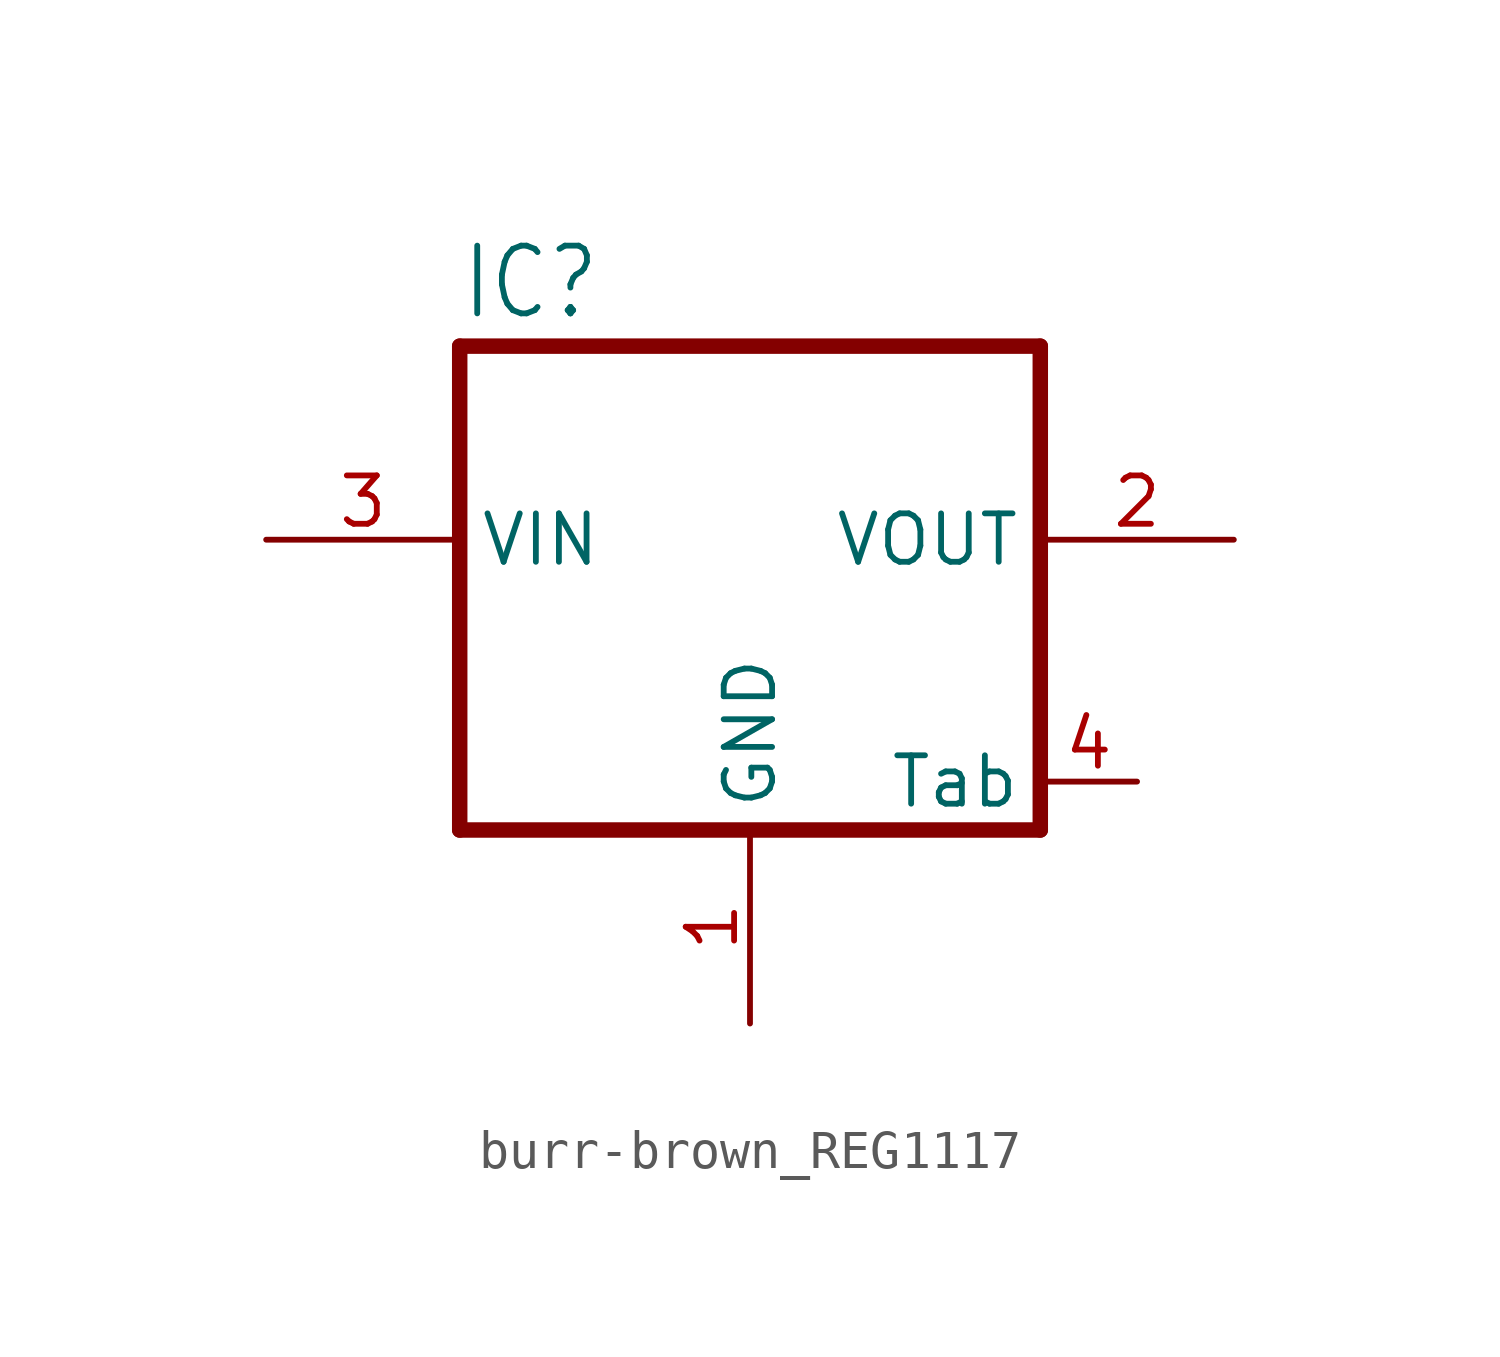
<source format=kicad_sym>
(kicad_symbol_lib
  (version 20241209)
  (generator "kicad_symbol_editor")
  (generator_version "9.0")
  (symbol "burr-brown_REG1117"
    (property "Reference" "IC"
      (at -7.62 5.715 0)
      (effects (font (size 1.778 1.511)) (justify left bottom)))
    (property "Value" ""
      (at -5.08 2.54 0)
      (effects (font (size 1.778 1.511)) (justify left bottom)))
    (symbol "burr-brown_REG1117_1_0"
      (polyline (pts (xy -7.62 5.08) (xy -7.62 -7.62)) (stroke (width 0.406) (type solid)) (fill (type none)))
      (polyline (pts (xy -7.62 -7.62) (xy 7.62 -7.62)) (stroke (width 0.406) (type solid)) (fill (type none)))
      (polyline (pts (xy 7.62 5.08) (xy -7.62 5.08)) (stroke (width 0.406) (type solid)) (fill (type none)))
      (polyline (pts (xy 7.62 -7.62) (xy 7.62 5.08)) (stroke (width 0.406) (type solid)) (fill (type none)))
      (pin input line (at -12.7 0 0) (length 5.08) (name "VIN" (effects (font (size 1.27 1.27)))) (number "3" (effects (font (size 1.27 1.27)))))
      (pin power_in line (at 0 -12.7 90) (length 5.08) (name "GND" (effects (font (size 1.27 1.27)))) (number "1" (effects (font (size 1.27 1.27)))))
      (pin passive line (at 10.16 -6.35 180) (length 2.54) (name "Tab" (effects (font (size 1.27 1.27)))) (number "4" (effects (font (size 1.27 1.27)))))
      (pin output line (at 12.7 0 180) (length 5.08) (name "VOUT" (effects (font (size 1.27 1.27)))) (number "2" (effects (font (size 1.27 1.27))))))))
</source>
